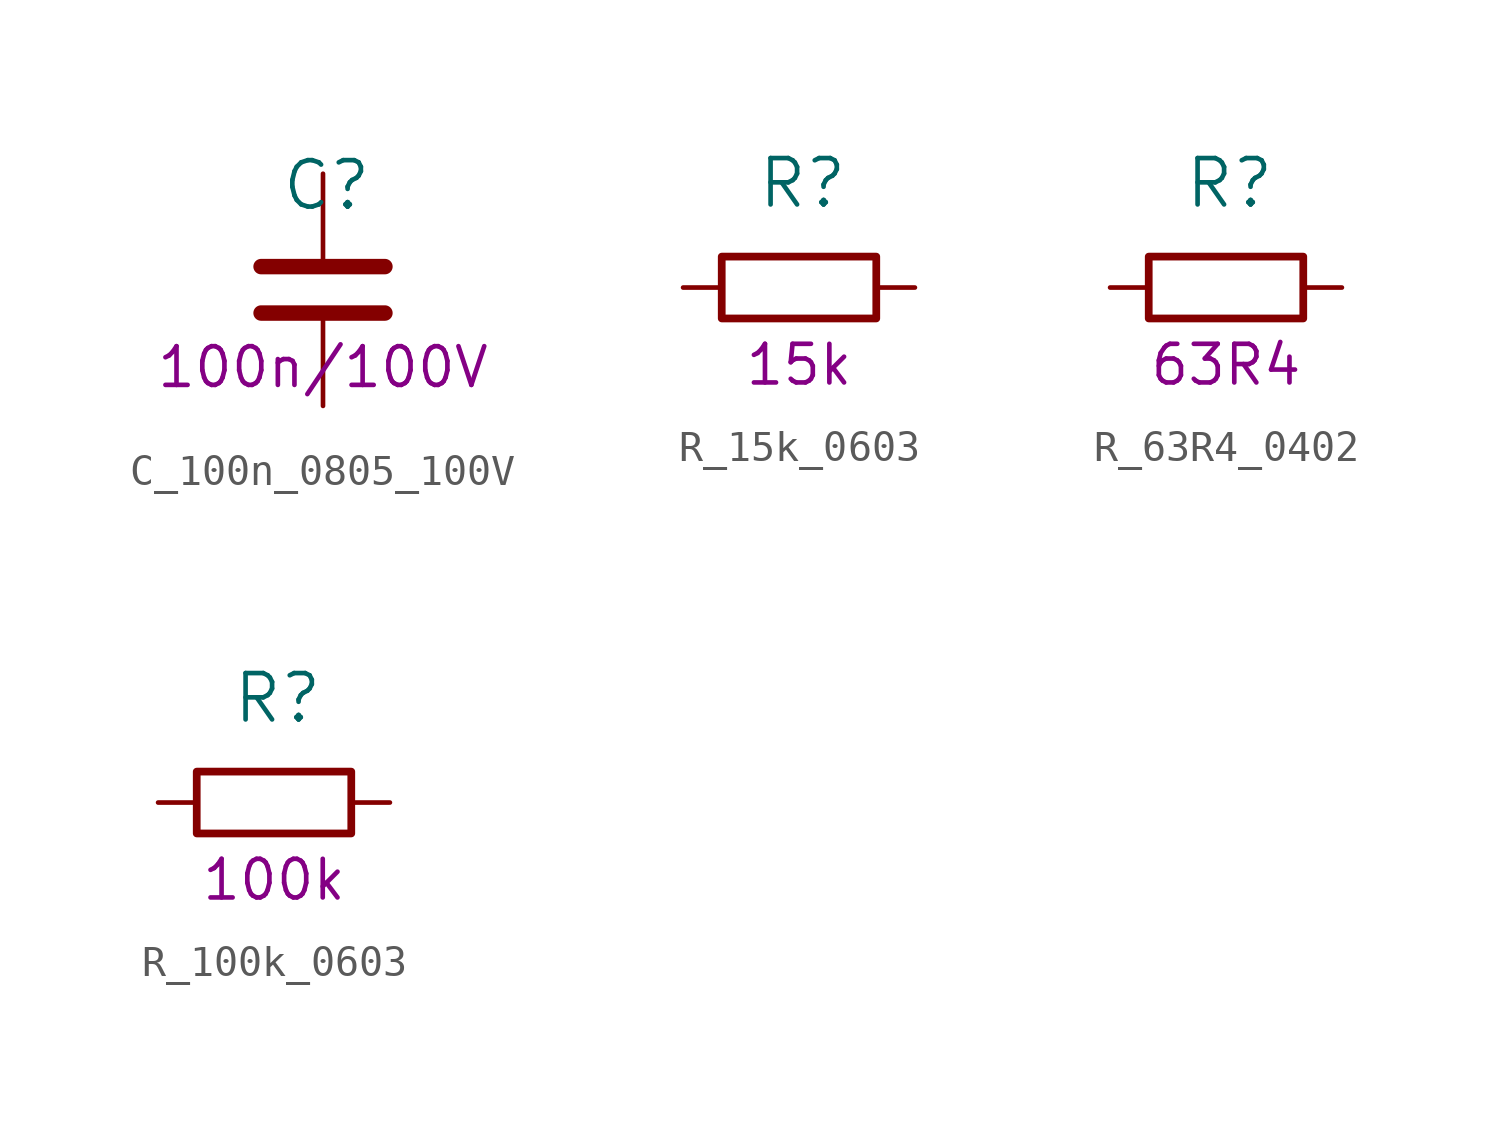
<source format=kicad_sym>
(kicad_symbol_lib
  (version 20211014)
  (generator kicad_symbol_editor)
  (symbol "C_100n_0805_100V"
    (pin_names
      (offset 0))
    (property "Reference" "C"
      (at -1.397 3.429 0)
      (effects (font (size 1.524 1.524)) (justify left)))
    (property "Val" "100n/100V"
      (at 0 -2.54 0)
      (effects (font (size 1.27 1.27))))
    (symbol "C_100n_0805_100V_1_1"
      (polyline (pts (xy -2.032 -0.762) (xy 2.032 -0.762)) (stroke (width 0.508) (type default) (color 0 0 0 0)) (fill (type none)))
      (polyline (pts (xy -2.032 0.762) (xy 2.032 0.762)) (stroke (width 0.508) (type default) (color 0 0 0 0)) (fill (type none)))
      (pin passive line (at 0 3.81 270) (length 2.794) (name "~" (effects (font (size 0 0)))) (number "1" (effects (font (size 0 0)))))
      (pin passive line (at 0 -3.81 90) (length 2.794) (name "~" (effects (font (size 0 0)))) (number "2" (effects (font (size 0 0)))))))
  (symbol "R_15k_0603"
    (pin_names
      (offset 0))
    (property "Reference" "R"
      (at -1.397 3.429 0)
      (effects (font (size 1.524 1.524)) (justify left)))
    (property "Val" "15k"
      (at 0 -2.54 0)
      (effects (font (size 1.27 1.27))))
    (symbol "R_15k_0603_1_1"
      (rectangle (start 2.54 -1.016) (end -2.54 1.016) (stroke (width 0.254) (type default) (color 0 0 0 0)) (fill (type none)))
      (pin passive line (at -3.81 0 0) (length 1.27) (name "~" (effects (font (size 0 0)))) (number "1" (effects (font (size 0 0)))))
      (pin passive line (at 3.81 0 180) (length 1.27) (name "~" (effects (font (size 0 0)))) (number "2" (effects (font (size 0 0)))))))
  (symbol "R_63R4_0402"
    (pin_names
      (offset 0))
    (property "Reference" "R"
      (at -1.397 3.429 0)
      (effects (font (size 1.524 1.524)) (justify left)))
    (property "Val" "63R4"
      (at 0 -2.54 0)
      (effects (font (size 1.27 1.27))))
    (symbol "R_63R4_0402_1_1"
      (rectangle (start 2.54 -1.016) (end -2.54 1.016) (stroke (width 0.254) (type default) (color 0 0 0 0)) (fill (type none)))
      (pin passive line (at -3.81 0 0) (length 1.27) (name "~" (effects (font (size 0 0)))) (number "1" (effects (font (size 0 0)))))
      (pin passive line (at 3.81 0 180) (length 1.27) (name "~" (effects (font (size 0 0)))) (number "2" (effects (font (size 0 0)))))))
  (symbol "R_100k_0603"
    (pin_names
      (offset 0))
    (property "Reference" "R"
      (at -1.397 3.429 0)
      (effects (font (size 1.524 1.524)) (justify left)))
    (property "Val" "100k"
      (at 0 -2.54 0)
      (effects (font (size 1.27 1.27))))
    (symbol "R_100k_0603_1_1"
      (rectangle (start 2.54 -1.016) (end -2.54 1.016) (stroke (width 0.254) (type default) (color 0 0 0 0)) (fill (type none)))
      (pin passive line (at -3.81 0 0) (length 1.27) (name "~" (effects (font (size 0 0)))) (number "1" (effects (font (size 0 0)))))
      (pin passive line (at 3.81 0 180) (length 1.27) (name "~" (effects (font (size 0 0)))) (number "2" (effects (font (size 0 0))))))))
</source>
